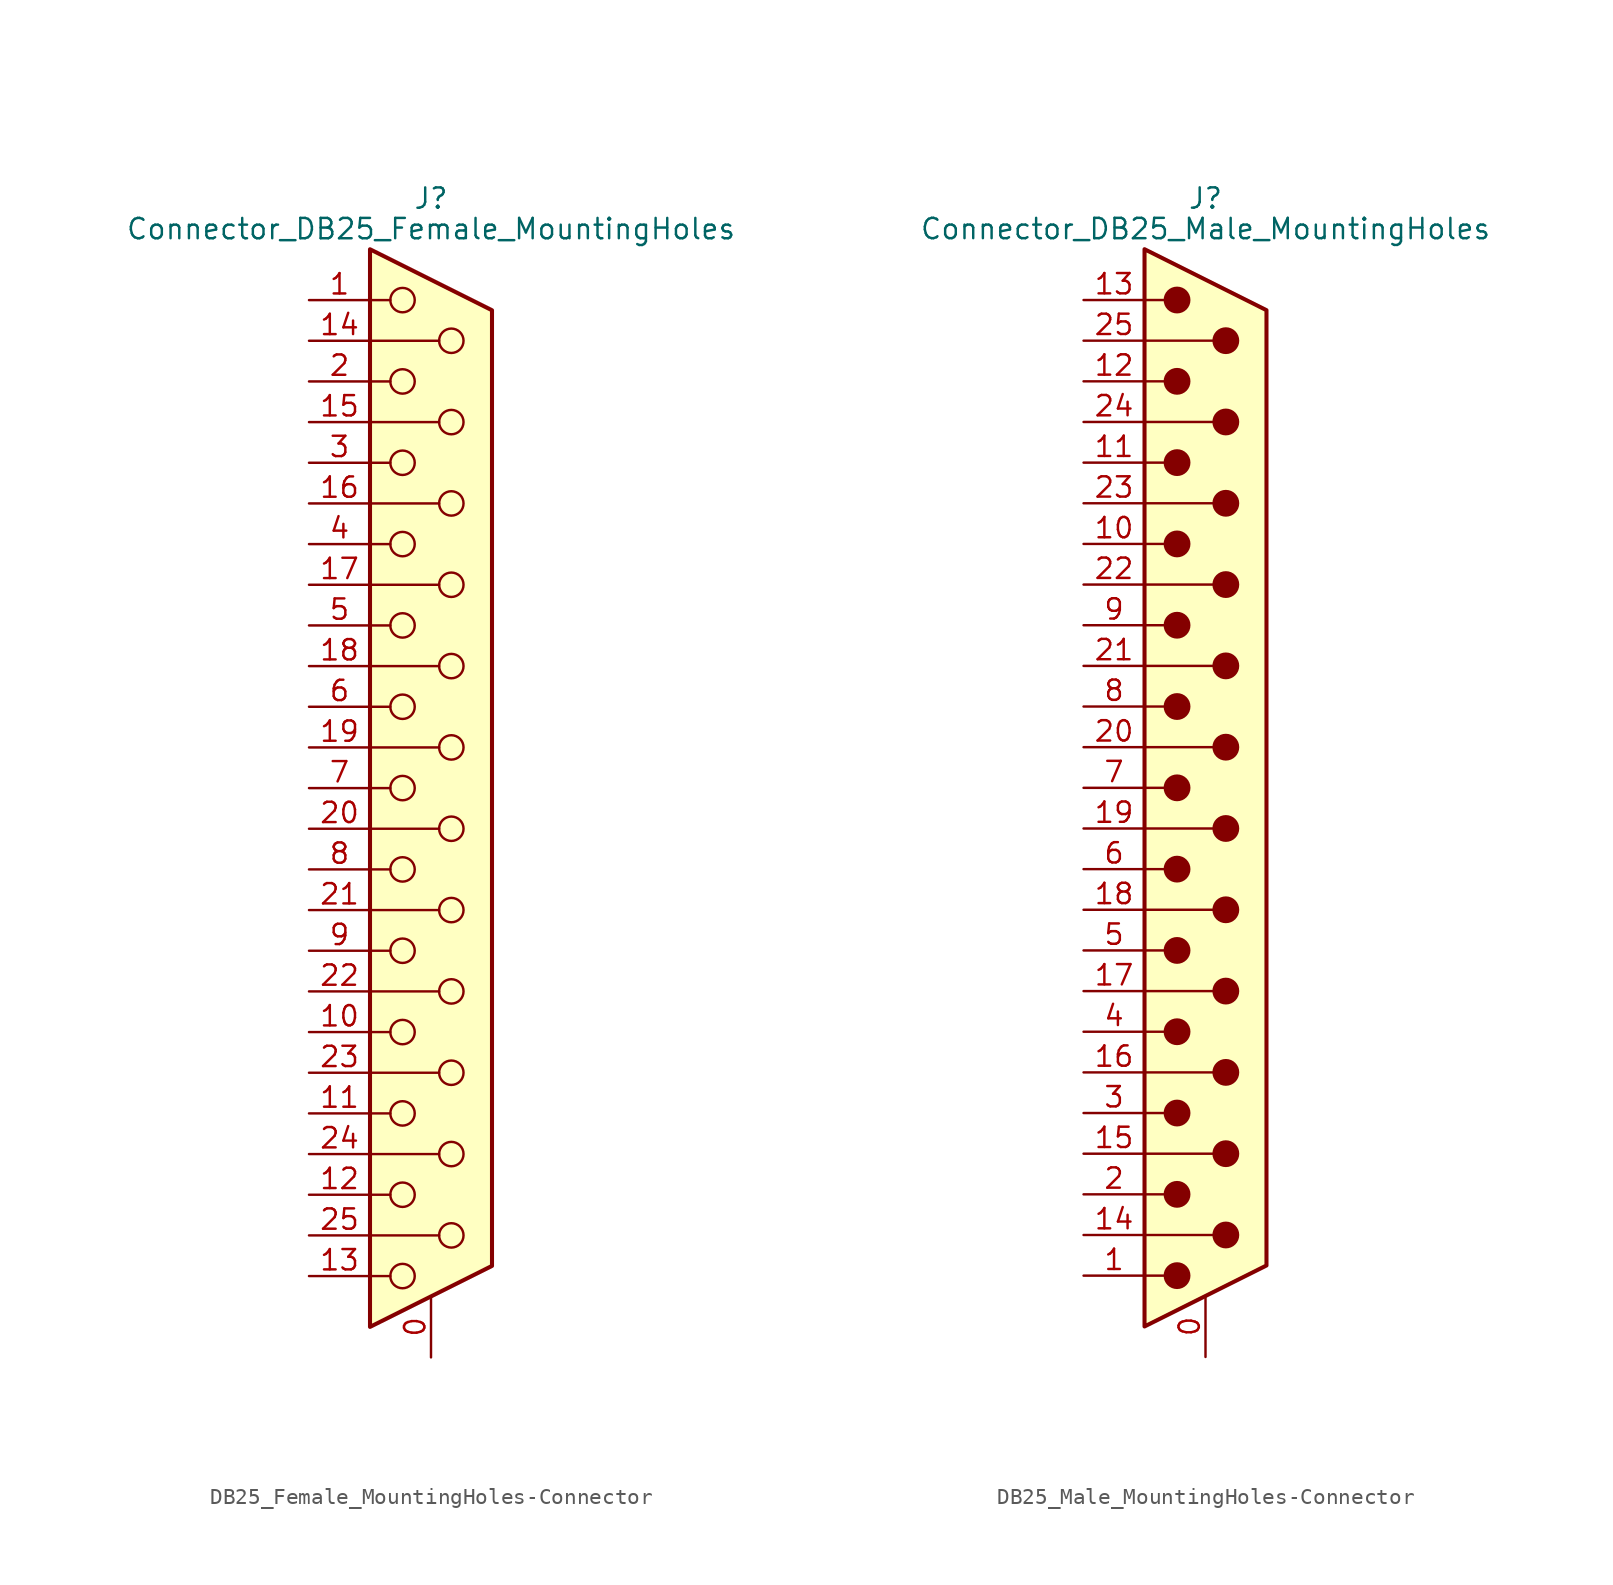
<source format=kicad_sym>
(kicad_symbol_lib
  (version 20220914)
  (generator kicad_symbol_editor)
  (symbol "DB25_Female_MountingHoles-Connector"
    (pin_names
      (offset 1.016) hide)
    (property "Reference" "J"
      (at 0 36.83 0)
      (effects (font (size 1.27 1.27))))
    (property "Value" "Connector_DB25_Female_MountingHoles"
      (at 0 34.925 0)
      (effects (font (size 1.27 1.27))))
    (symbol "DB25_Female_MountingHoles-Connector_0_1"
      (circle (center -1.778 -30.48) (radius 0.762) (stroke (width 0) (type solid)) (fill (type none)))
      (circle (center -1.778 -25.4) (radius 0.762) (stroke (width 0) (type solid)) (fill (type none)))
      (circle (center -1.778 -20.32) (radius 0.762) (stroke (width 0) (type solid)) (fill (type none)))
      (circle (center -1.778 -15.24) (radius 0.762) (stroke (width 0) (type solid)) (fill (type none)))
      (circle (center -1.778 -10.16) (radius 0.762) (stroke (width 0) (type solid)) (fill (type none)))
      (circle (center -1.778 -5.08) (radius 0.762) (stroke (width 0) (type solid)) (fill (type none)))
      (circle (center -1.778 0) (radius 0.762) (stroke (width 0) (type solid)) (fill (type none)))
      (circle (center -1.778 5.08) (radius 0.762) (stroke (width 0) (type solid)) (fill (type none)))
      (circle (center -1.778 10.16) (radius 0.762) (stroke (width 0) (type solid)) (fill (type none)))
      (circle (center -1.778 15.24) (radius 0.762) (stroke (width 0) (type solid)) (fill (type none)))
      (circle (center -1.778 20.32) (radius 0.762) (stroke (width 0) (type solid)) (fill (type none)))
      (circle (center -1.778 25.4) (radius 0.762) (stroke (width 0) (type solid)) (fill (type none)))
      (circle (center -1.778 30.48) (radius 0.762) (stroke (width 0) (type solid)) (fill (type none)))
      (polyline (pts (xy -3.81 -30.48) (xy -2.54 -30.48)) (stroke (width 0) (type solid)) (fill (type none)))
      (polyline (pts (xy -3.81 -27.94) (xy 0.508 -27.94)) (stroke (width 0) (type solid)) (fill (type none)))
      (polyline (pts (xy -3.81 -25.4) (xy -2.54 -25.4)) (stroke (width 0) (type solid)) (fill (type none)))
      (polyline (pts (xy -3.81 -22.86) (xy 0.508 -22.86)) (stroke (width 0) (type solid)) (fill (type none)))
      (polyline (pts (xy -3.81 -20.32) (xy -2.54 -20.32)) (stroke (width 0) (type solid)) (fill (type none)))
      (polyline (pts (xy -3.81 -17.78) (xy 0.508 -17.78)) (stroke (width 0) (type solid)) (fill (type none)))
      (polyline (pts (xy -3.81 -15.24) (xy -2.54 -15.24)) (stroke (width 0) (type solid)) (fill (type none)))
      (polyline (pts (xy -3.81 -12.7) (xy 0.508 -12.7)) (stroke (width 0) (type solid)) (fill (type none)))
      (polyline (pts (xy -3.81 -10.16) (xy -2.54 -10.16)) (stroke (width 0) (type solid)) (fill (type none)))
      (polyline (pts (xy -3.81 -7.62) (xy 0.508 -7.62)) (stroke (width 0) (type solid)) (fill (type none)))
      (polyline (pts (xy -3.81 -5.08) (xy -2.54 -5.08)) (stroke (width 0) (type solid)) (fill (type none)))
      (polyline (pts (xy -3.81 -2.54) (xy 0.508 -2.54)) (stroke (width 0) (type solid)) (fill (type none)))
      (polyline (pts (xy -3.81 0) (xy -2.54 0)) (stroke (width 0) (type solid)) (fill (type none)))
      (polyline (pts (xy -3.81 2.54) (xy 0.508 2.54)) (stroke (width 0) (type solid)) (fill (type none)))
      (polyline (pts (xy -3.81 5.08) (xy -2.54 5.08)) (stroke (width 0) (type solid)) (fill (type none)))
      (polyline (pts (xy -3.81 7.62) (xy 0.508 7.62)) (stroke (width 0) (type solid)) (fill (type none)))
      (polyline (pts (xy -3.81 10.16) (xy -2.54 10.16)) (stroke (width 0) (type solid)) (fill (type none)))
      (polyline (pts (xy -3.81 12.7) (xy 0.508 12.7)) (stroke (width 0) (type solid)) (fill (type none)))
      (polyline (pts (xy -3.81 15.24) (xy -2.54 15.24)) (stroke (width 0) (type solid)) (fill (type none)))
      (polyline (pts (xy -3.81 17.78) (xy 0.508 17.78)) (stroke (width 0) (type solid)) (fill (type none)))
      (polyline (pts (xy -3.81 20.32) (xy -2.54 20.32)) (stroke (width 0) (type solid)) (fill (type none)))
      (polyline (pts (xy -3.81 22.86) (xy 0.508 22.86)) (stroke (width 0) (type solid)) (fill (type none)))
      (polyline (pts (xy -3.81 25.4) (xy -2.54 25.4)) (stroke (width 0) (type solid)) (fill (type none)))
      (polyline (pts (xy -3.81 27.94) (xy 0.508 27.94)) (stroke (width 0) (type solid)) (fill (type none)))
      (polyline (pts (xy -3.81 30.48) (xy -2.54 30.48)) (stroke (width 0) (type solid)) (fill (type none)))
      (polyline (pts (xy -3.81 33.655) (xy 3.81 29.845) (xy 3.81 -29.845) (xy -3.81 -33.655) (xy -3.81 33.655)) (stroke (width 0.254) (type solid)) (fill (type background)))
      (circle (center 1.27 -27.94) (radius 0.762) (stroke (width 0) (type solid)) (fill (type none)))
      (circle (center 1.27 -22.86) (radius 0.762) (stroke (width 0) (type solid)) (fill (type none)))
      (circle (center 1.27 -17.78) (radius 0.762) (stroke (width 0) (type solid)) (fill (type none)))
      (circle (center 1.27 -12.7) (radius 0.762) (stroke (width 0) (type solid)) (fill (type none)))
      (circle (center 1.27 -7.62) (radius 0.762) (stroke (width 0) (type solid)) (fill (type none)))
      (circle (center 1.27 -2.54) (radius 0.762) (stroke (width 0) (type solid)) (fill (type none)))
      (circle (center 1.27 2.54) (radius 0.762) (stroke (width 0) (type solid)) (fill (type none)))
      (circle (center 1.27 7.62) (radius 0.762) (stroke (width 0) (type solid)) (fill (type none)))
      (circle (center 1.27 12.7) (radius 0.762) (stroke (width 0) (type solid)) (fill (type none)))
      (circle (center 1.27 17.78) (radius 0.762) (stroke (width 0) (type solid)) (fill (type none)))
      (circle (center 1.27 22.86) (radius 0.762) (stroke (width 0) (type solid)) (fill (type none)))
      (circle (center 1.27 27.94) (radius 0.762) (stroke (width 0) (type solid)) (fill (type none))))
    (symbol "DB25_Female_MountingHoles-Connector_1_1"
      (pin passive line (at 0 -35.56 90) (length 3.81) (name "PAD" (effects (font (size 1.27 1.27)))) (number "0" (effects (font (size 1.27 1.27)))))
      (pin passive line (at -7.62 30.48 0) (length 3.81) (name "1" (effects (font (size 1.27 1.27)))) (number "1" (effects (font (size 1.27 1.27)))))
      (pin passive line (at -7.62 -15.24 0) (length 3.81) (name "10" (effects (font (size 1.27 1.27)))) (number "10" (effects (font (size 1.27 1.27)))))
      (pin passive line (at -7.62 -20.32 0) (length 3.81) (name "11" (effects (font (size 1.27 1.27)))) (number "11" (effects (font (size 1.27 1.27)))))
      (pin passive line (at -7.62 -25.4 0) (length 3.81) (name "12" (effects (font (size 1.27 1.27)))) (number "12" (effects (font (size 1.27 1.27)))))
      (pin passive line (at -7.62 -30.48 0) (length 3.81) (name "13" (effects (font (size 1.27 1.27)))) (number "13" (effects (font (size 1.27 1.27)))))
      (pin passive line (at -7.62 27.94 0) (length 3.81) (name "P14" (effects (font (size 1.27 1.27)))) (number "14" (effects (font (size 1.27 1.27)))))
      (pin passive line (at -7.62 22.86 0) (length 3.81) (name "P15" (effects (font (size 1.27 1.27)))) (number "15" (effects (font (size 1.27 1.27)))))
      (pin passive line (at -7.62 17.78 0) (length 3.81) (name "P16" (effects (font (size 1.27 1.27)))) (number "16" (effects (font (size 1.27 1.27)))))
      (pin passive line (at -7.62 12.7 0) (length 3.81) (name "P17" (effects (font (size 1.27 1.27)))) (number "17" (effects (font (size 1.27 1.27)))))
      (pin passive line (at -7.62 7.62 0) (length 3.81) (name "P18" (effects (font (size 1.27 1.27)))) (number "18" (effects (font (size 1.27 1.27)))))
      (pin passive line (at -7.62 2.54 0) (length 3.81) (name "P19" (effects (font (size 1.27 1.27)))) (number "19" (effects (font (size 1.27 1.27)))))
      (pin passive line (at -7.62 25.4 0) (length 3.81) (name "2" (effects (font (size 1.27 1.27)))) (number "2" (effects (font (size 1.27 1.27)))))
      (pin passive line (at -7.62 -2.54 0) (length 3.81) (name "P20" (effects (font (size 1.27 1.27)))) (number "20" (effects (font (size 1.27 1.27)))))
      (pin passive line (at -7.62 -7.62 0) (length 3.81) (name "P21" (effects (font (size 1.27 1.27)))) (number "21" (effects (font (size 1.27 1.27)))))
      (pin passive line (at -7.62 -12.7 0) (length 3.81) (name "P22" (effects (font (size 1.27 1.27)))) (number "22" (effects (font (size 1.27 1.27)))))
      (pin passive line (at -7.62 -17.78 0) (length 3.81) (name "P23" (effects (font (size 1.27 1.27)))) (number "23" (effects (font (size 1.27 1.27)))))
      (pin passive line (at -7.62 -22.86 0) (length 3.81) (name "P24" (effects (font (size 1.27 1.27)))) (number "24" (effects (font (size 1.27 1.27)))))
      (pin passive line (at -7.62 -27.94 0) (length 3.81) (name "P25" (effects (font (size 1.27 1.27)))) (number "25" (effects (font (size 1.27 1.27)))))
      (pin passive line (at -7.62 20.32 0) (length 3.81) (name "3" (effects (font (size 1.27 1.27)))) (number "3" (effects (font (size 1.27 1.27)))))
      (pin passive line (at -7.62 15.24 0) (length 3.81) (name "4" (effects (font (size 1.27 1.27)))) (number "4" (effects (font (size 1.27 1.27)))))
      (pin passive line (at -7.62 10.16 0) (length 3.81) (name "5" (effects (font (size 1.27 1.27)))) (number "5" (effects (font (size 1.27 1.27)))))
      (pin passive line (at -7.62 5.08 0) (length 3.81) (name "6" (effects (font (size 1.27 1.27)))) (number "6" (effects (font (size 1.27 1.27)))))
      (pin passive line (at -7.62 0 0) (length 3.81) (name "7" (effects (font (size 1.27 1.27)))) (number "7" (effects (font (size 1.27 1.27)))))
      (pin passive line (at -7.62 -5.08 0) (length 3.81) (name "8" (effects (font (size 1.27 1.27)))) (number "8" (effects (font (size 1.27 1.27)))))
      (pin passive line (at -7.62 -10.16 0) (length 3.81) (name "9" (effects (font (size 1.27 1.27)))) (number "9" (effects (font (size 1.27 1.27)))))))
  (symbol "DB25_Male_MountingHoles-Connector"
    (pin_names
      (offset 1.016) hide)
    (property "Reference" "J"
      (at 0 36.83 0)
      (effects (font (size 1.27 1.27))))
    (property "Value" "Connector_DB25_Male_MountingHoles"
      (at 0 34.925 0)
      (effects (font (size 1.27 1.27))))
    (symbol "DB25_Male_MountingHoles-Connector_0_1"
      (circle (center -1.778 -30.48) (radius 0.762) (stroke (width 0) (type solid)) (fill (type outline)))
      (circle (center -1.778 -25.4) (radius 0.762) (stroke (width 0) (type solid)) (fill (type outline)))
      (circle (center -1.778 -20.32) (radius 0.762) (stroke (width 0) (type solid)) (fill (type outline)))
      (circle (center -1.778 -15.24) (radius 0.762) (stroke (width 0) (type solid)) (fill (type outline)))
      (circle (center -1.778 -10.16) (radius 0.762) (stroke (width 0) (type solid)) (fill (type outline)))
      (circle (center -1.778 -5.08) (radius 0.762) (stroke (width 0) (type solid)) (fill (type outline)))
      (circle (center -1.778 0) (radius 0.762) (stroke (width 0) (type solid)) (fill (type outline)))
      (circle (center -1.778 5.08) (radius 0.762) (stroke (width 0) (type solid)) (fill (type outline)))
      (circle (center -1.778 10.16) (radius 0.762) (stroke (width 0) (type solid)) (fill (type outline)))
      (circle (center -1.778 15.24) (radius 0.762) (stroke (width 0) (type solid)) (fill (type outline)))
      (circle (center -1.778 20.32) (radius 0.762) (stroke (width 0) (type solid)) (fill (type outline)))
      (circle (center -1.778 25.4) (radius 0.762) (stroke (width 0) (type solid)) (fill (type outline)))
      (circle (center -1.778 30.48) (radius 0.762) (stroke (width 0) (type solid)) (fill (type outline)))
      (polyline (pts (xy -3.81 -30.48) (xy -2.54 -30.48)) (stroke (width 0) (type solid)) (fill (type none)))
      (polyline (pts (xy -3.81 -27.94) (xy 0.508 -27.94)) (stroke (width 0) (type solid)) (fill (type none)))
      (polyline (pts (xy -3.81 -25.4) (xy -2.54 -25.4)) (stroke (width 0) (type solid)) (fill (type none)))
      (polyline (pts (xy -3.81 -22.86) (xy 0.508 -22.86)) (stroke (width 0) (type solid)) (fill (type none)))
      (polyline (pts (xy -3.81 -20.32) (xy -2.54 -20.32)) (stroke (width 0) (type solid)) (fill (type none)))
      (polyline (pts (xy -3.81 -17.78) (xy 0.508 -17.78)) (stroke (width 0) (type solid)) (fill (type none)))
      (polyline (pts (xy -3.81 -15.24) (xy -2.54 -15.24)) (stroke (width 0) (type solid)) (fill (type none)))
      (polyline (pts (xy -3.81 -12.7) (xy 0.508 -12.7)) (stroke (width 0) (type solid)) (fill (type none)))
      (polyline (pts (xy -3.81 -10.16) (xy -2.54 -10.16)) (stroke (width 0) (type solid)) (fill (type none)))
      (polyline (pts (xy -3.81 -7.62) (xy 0.508 -7.62)) (stroke (width 0) (type solid)) (fill (type none)))
      (polyline (pts (xy -3.81 -5.08) (xy -2.54 -5.08)) (stroke (width 0) (type solid)) (fill (type none)))
      (polyline (pts (xy -3.81 -2.54) (xy 0.508 -2.54)) (stroke (width 0) (type solid)) (fill (type none)))
      (polyline (pts (xy -3.81 0) (xy -2.54 0)) (stroke (width 0) (type solid)) (fill (type none)))
      (polyline (pts (xy -3.81 2.54) (xy 0.508 2.54)) (stroke (width 0) (type solid)) (fill (type none)))
      (polyline (pts (xy -3.81 5.08) (xy -2.54 5.08)) (stroke (width 0) (type solid)) (fill (type none)))
      (polyline (pts (xy -3.81 7.62) (xy 0.508 7.62)) (stroke (width 0) (type solid)) (fill (type none)))
      (polyline (pts (xy -3.81 10.16) (xy -2.54 10.16)) (stroke (width 0) (type solid)) (fill (type none)))
      (polyline (pts (xy -3.81 12.7) (xy 0.508 12.7)) (stroke (width 0) (type solid)) (fill (type none)))
      (polyline (pts (xy -3.81 15.24) (xy -2.54 15.24)) (stroke (width 0) (type solid)) (fill (type none)))
      (polyline (pts (xy -3.81 17.78) (xy 0.508 17.78)) (stroke (width 0) (type solid)) (fill (type none)))
      (polyline (pts (xy -3.81 20.32) (xy -2.54 20.32)) (stroke (width 0) (type solid)) (fill (type none)))
      (polyline (pts (xy -3.81 22.86) (xy 0.508 22.86)) (stroke (width 0) (type solid)) (fill (type none)))
      (polyline (pts (xy -3.81 25.4) (xy -2.54 25.4)) (stroke (width 0) (type solid)) (fill (type none)))
      (polyline (pts (xy -3.81 27.94) (xy 0.508 27.94)) (stroke (width 0) (type solid)) (fill (type none)))
      (polyline (pts (xy -3.81 30.48) (xy -2.54 30.48)) (stroke (width 0) (type solid)) (fill (type none)))
      (polyline (pts (xy -3.81 -33.655) (xy 3.81 -29.845) (xy 3.81 29.845) (xy -3.81 33.655) (xy -3.81 -33.655)) (stroke (width 0.254) (type solid)) (fill (type background)))
      (circle (center 1.27 -27.94) (radius 0.762) (stroke (width 0) (type solid)) (fill (type outline)))
      (circle (center 1.27 -22.86) (radius 0.762) (stroke (width 0) (type solid)) (fill (type outline)))
      (circle (center 1.27 -17.78) (radius 0.762) (stroke (width 0) (type solid)) (fill (type outline)))
      (circle (center 1.27 -12.7) (radius 0.762) (stroke (width 0) (type solid)) (fill (type outline)))
      (circle (center 1.27 -7.62) (radius 0.762) (stroke (width 0) (type solid)) (fill (type outline)))
      (circle (center 1.27 -2.54) (radius 0.762) (stroke (width 0) (type solid)) (fill (type outline)))
      (circle (center 1.27 2.54) (radius 0.762) (stroke (width 0) (type solid)) (fill (type outline)))
      (circle (center 1.27 7.62) (radius 0.762) (stroke (width 0) (type solid)) (fill (type outline)))
      (circle (center 1.27 12.7) (radius 0.762) (stroke (width 0) (type solid)) (fill (type outline)))
      (circle (center 1.27 17.78) (radius 0.762) (stroke (width 0) (type solid)) (fill (type outline)))
      (circle (center 1.27 22.86) (radius 0.762) (stroke (width 0) (type solid)) (fill (type outline)))
      (circle (center 1.27 27.94) (radius 0.762) (stroke (width 0) (type solid)) (fill (type outline))))
    (symbol "DB25_Male_MountingHoles-Connector_1_1"
      (pin passive line (at 0 -35.56 90) (length 3.81) (name "PAD" (effects (font (size 1.27 1.27)))) (number "0" (effects (font (size 1.27 1.27)))))
      (pin passive line (at -7.62 -30.48 0) (length 3.81) (name "1" (effects (font (size 1.27 1.27)))) (number "1" (effects (font (size 1.27 1.27)))))
      (pin passive line (at -7.62 15.24 0) (length 3.81) (name "10" (effects (font (size 1.27 1.27)))) (number "10" (effects (font (size 1.27 1.27)))))
      (pin passive line (at -7.62 20.32 0) (length 3.81) (name "11" (effects (font (size 1.27 1.27)))) (number "11" (effects (font (size 1.27 1.27)))))
      (pin passive line (at -7.62 25.4 0) (length 3.81) (name "12" (effects (font (size 1.27 1.27)))) (number "12" (effects (font (size 1.27 1.27)))))
      (pin passive line (at -7.62 30.48 0) (length 3.81) (name "13" (effects (font (size 1.27 1.27)))) (number "13" (effects (font (size 1.27 1.27)))))
      (pin passive line (at -7.62 -27.94 0) (length 3.81) (name "P14" (effects (font (size 1.27 1.27)))) (number "14" (effects (font (size 1.27 1.27)))))
      (pin passive line (at -7.62 -22.86 0) (length 3.81) (name "P15" (effects (font (size 1.27 1.27)))) (number "15" (effects (font (size 1.27 1.27)))))
      (pin passive line (at -7.62 -17.78 0) (length 3.81) (name "P16" (effects (font (size 1.27 1.27)))) (number "16" (effects (font (size 1.27 1.27)))))
      (pin passive line (at -7.62 -12.7 0) (length 3.81) (name "P17" (effects (font (size 1.27 1.27)))) (number "17" (effects (font (size 1.27 1.27)))))
      (pin passive line (at -7.62 -7.62 0) (length 3.81) (name "P18" (effects (font (size 1.27 1.27)))) (number "18" (effects (font (size 1.27 1.27)))))
      (pin passive line (at -7.62 -2.54 0) (length 3.81) (name "P19" (effects (font (size 1.27 1.27)))) (number "19" (effects (font (size 1.27 1.27)))))
      (pin passive line (at -7.62 -25.4 0) (length 3.81) (name "2" (effects (font (size 1.27 1.27)))) (number "2" (effects (font (size 1.27 1.27)))))
      (pin passive line (at -7.62 2.54 0) (length 3.81) (name "P20" (effects (font (size 1.27 1.27)))) (number "20" (effects (font (size 1.27 1.27)))))
      (pin passive line (at -7.62 7.62 0) (length 3.81) (name "P21" (effects (font (size 1.27 1.27)))) (number "21" (effects (font (size 1.27 1.27)))))
      (pin passive line (at -7.62 12.7 0) (length 3.81) (name "P22" (effects (font (size 1.27 1.27)))) (number "22" (effects (font (size 1.27 1.27)))))
      (pin passive line (at -7.62 17.78 0) (length 3.81) (name "P23" (effects (font (size 1.27 1.27)))) (number "23" (effects (font (size 1.27 1.27)))))
      (pin passive line (at -7.62 22.86 0) (length 3.81) (name "P24" (effects (font (size 1.27 1.27)))) (number "24" (effects (font (size 1.27 1.27)))))
      (pin passive line (at -7.62 27.94 0) (length 3.81) (name "P25" (effects (font (size 1.27 1.27)))) (number "25" (effects (font (size 1.27 1.27)))))
      (pin passive line (at -7.62 -20.32 0) (length 3.81) (name "3" (effects (font (size 1.27 1.27)))) (number "3" (effects (font (size 1.27 1.27)))))
      (pin passive line (at -7.62 -15.24 0) (length 3.81) (name "4" (effects (font (size 1.27 1.27)))) (number "4" (effects (font (size 1.27 1.27)))))
      (pin passive line (at -7.62 -10.16 0) (length 3.81) (name "5" (effects (font (size 1.27 1.27)))) (number "5" (effects (font (size 1.27 1.27)))))
      (pin passive line (at -7.62 -5.08 0) (length 3.81) (name "6" (effects (font (size 1.27 1.27)))) (number "6" (effects (font (size 1.27 1.27)))))
      (pin passive line (at -7.62 0 0) (length 3.81) (name "7" (effects (font (size 1.27 1.27)))) (number "7" (effects (font (size 1.27 1.27)))))
      (pin passive line (at -7.62 5.08 0) (length 3.81) (name "8" (effects (font (size 1.27 1.27)))) (number "8" (effects (font (size 1.27 1.27)))))
      (pin passive line (at -7.62 10.16 0) (length 3.81) (name "9" (effects (font (size 1.27 1.27)))) (number "9" (effects (font (size 1.27 1.27))))))))
</source>
